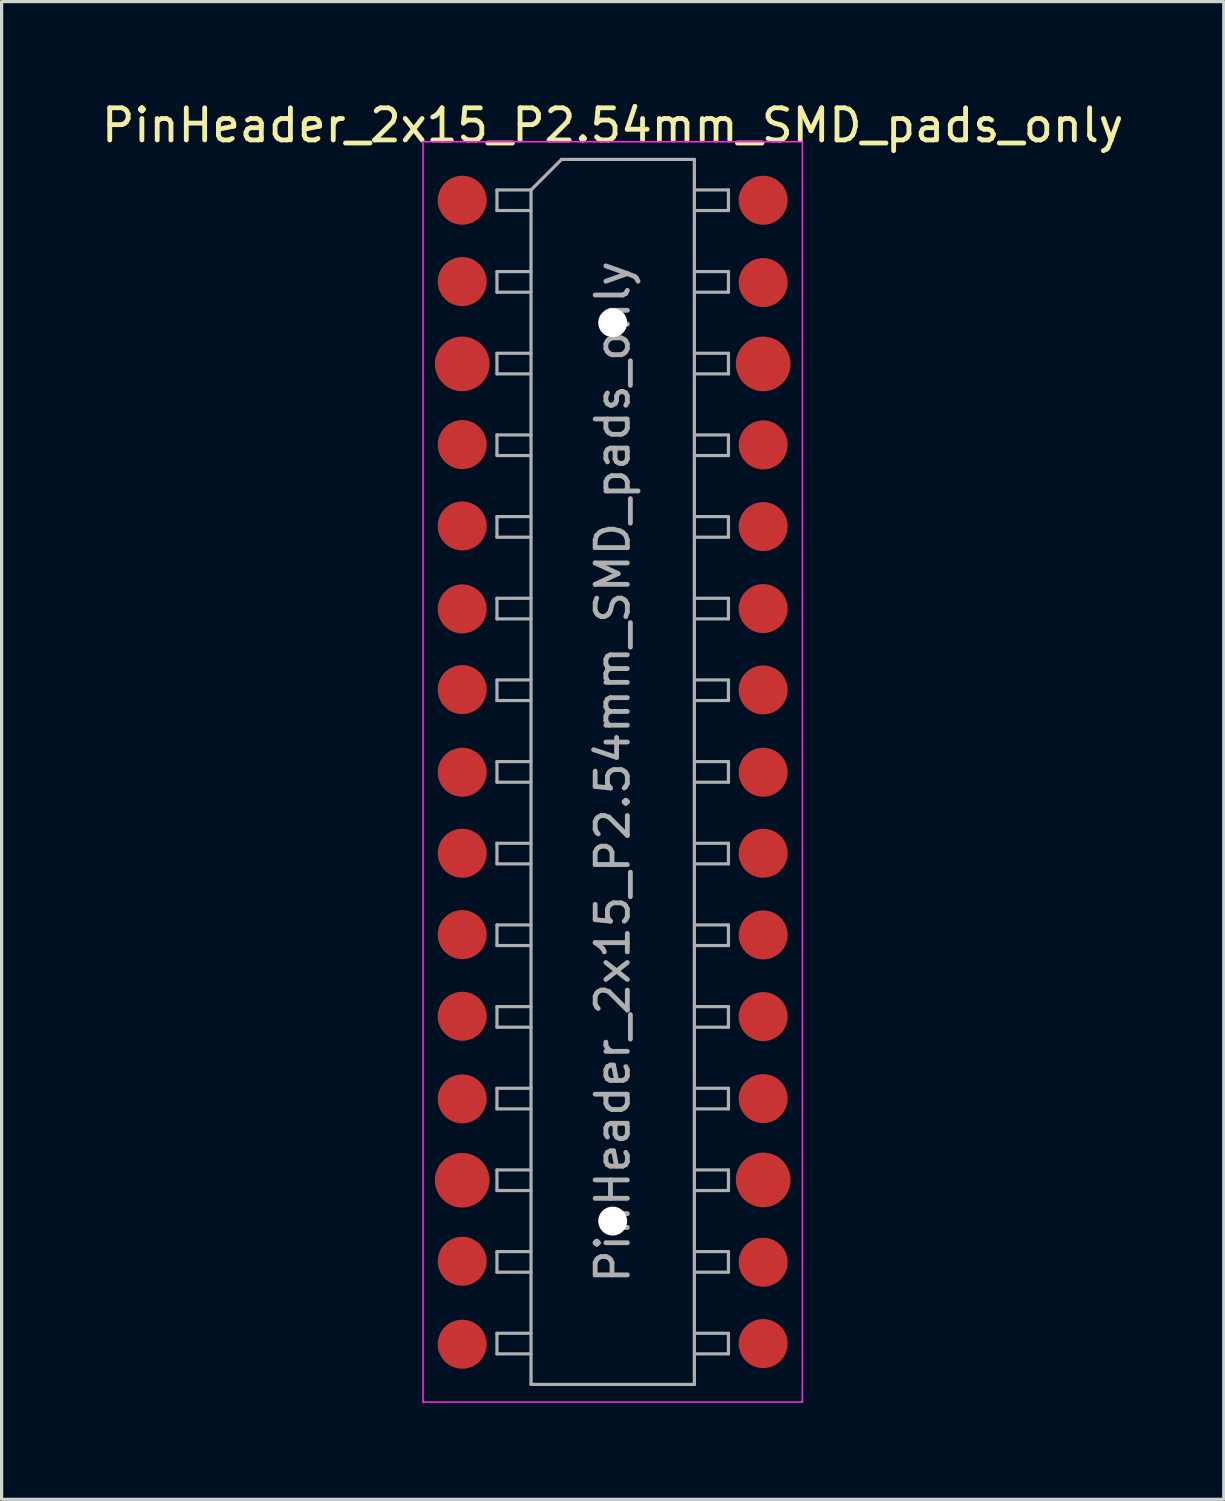
<source format=kicad_pcb>
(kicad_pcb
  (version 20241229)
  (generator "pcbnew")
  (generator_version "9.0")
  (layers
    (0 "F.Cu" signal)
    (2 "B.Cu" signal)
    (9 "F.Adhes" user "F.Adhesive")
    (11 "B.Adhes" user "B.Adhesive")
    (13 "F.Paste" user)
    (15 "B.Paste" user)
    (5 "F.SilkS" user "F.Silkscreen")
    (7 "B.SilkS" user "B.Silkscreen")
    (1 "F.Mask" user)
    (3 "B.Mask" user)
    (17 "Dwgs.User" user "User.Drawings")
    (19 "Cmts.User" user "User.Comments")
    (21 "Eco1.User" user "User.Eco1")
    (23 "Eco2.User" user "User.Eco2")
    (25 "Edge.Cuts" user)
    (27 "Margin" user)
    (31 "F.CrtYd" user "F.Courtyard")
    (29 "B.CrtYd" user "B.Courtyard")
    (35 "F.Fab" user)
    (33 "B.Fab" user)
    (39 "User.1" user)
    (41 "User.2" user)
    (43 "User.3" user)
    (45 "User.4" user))
  (footprint "PinHeader_2x15_P2.54mm_SMD_pads_only"
    (layer "F.Cu")
    (at 16.006 20.958)
    (property "Reference" "PinHeader_2x15_P2.54mm_SMD_pads_only" (at 0 -20.11 0) (layer "F.SilkS") (effects (font (size 1 1) (thickness 0.15))))
    (attr smd)
    (fp_line (start -5.9 -19.6) (end -5.9 19.6) (stroke (width 0.05) (type solid)) (layer "F.CrtYd"))
    (fp_line (start -5.9 19.6) (end 5.9 19.6) (stroke (width 0.05) (type solid)) (layer "F.CrtYd"))
    (fp_line (start 5.9 -19.6) (end -5.9 -19.6) (stroke (width 0.05) (type solid)) (layer "F.CrtYd"))
    (fp_line (start 5.9 19.6) (end 5.9 -19.6) (stroke (width 0.05) (type solid)) (layer "F.CrtYd"))
    (fp_line (start -3.6 -18.1) (end -3.6 -17.46) (stroke (width 0.1) (type solid)) (layer "F.Fab"))
    (fp_line (start -3.6 -17.46) (end -2.54 -17.46) (stroke (width 0.1) (type solid)) (layer "F.Fab"))
    (fp_line (start -3.6 -15.56) (end -3.6 -14.92) (stroke (width 0.1) (type solid)) (layer "F.Fab"))
    (fp_line (start -3.6 -14.92) (end -2.54 -14.92) (stroke (width 0.1) (type solid)) (layer "F.Fab"))
    (fp_line (start -3.6 -13.02) (end -3.6 -12.38) (stroke (width 0.1) (type solid)) (layer "F.Fab"))
    (fp_line (start -3.6 -12.38) (end -2.54 -12.38) (stroke (width 0.1) (type solid)) (layer "F.Fab"))
    (fp_line (start -3.6 -10.48) (end -3.6 -9.84) (stroke (width 0.1) (type solid)) (layer "F.Fab"))
    (fp_line (start -3.6 -9.84) (end -2.54 -9.84) (stroke (width 0.1) (type solid)) (layer "F.Fab"))
    (fp_line (start -3.6 -7.94) (end -3.6 -7.3) (stroke (width 0.1) (type solid)) (layer "F.Fab"))
    (fp_line (start -3.6 -7.3) (end -2.54 -7.3) (stroke (width 0.1) (type solid)) (layer "F.Fab"))
    (fp_line (start -3.6 -5.4) (end -3.6 -4.76) (stroke (width 0.1) (type solid)) (layer "F.Fab"))
    (fp_line (start -3.6 -4.76) (end -2.54 -4.76) (stroke (width 0.1) (type solid)) (layer "F.Fab"))
    (fp_line (start -3.6 -2.86) (end -3.6 -2.22) (stroke (width 0.1) (type solid)) (layer "F.Fab"))
    (fp_line (start -3.6 -2.22) (end -2.54 -2.22) (stroke (width 0.1) (type solid)) (layer "F.Fab"))
    (fp_line (start -3.6 -0.32) (end -3.6 0.32) (stroke (width 0.1) (type solid)) (layer "F.Fab"))
    (fp_line (start -3.6 0.32) (end -2.54 0.32) (stroke (width 0.1) (type solid)) (layer "F.Fab"))
    (fp_line (start -3.6 2.22) (end -3.6 2.86) (stroke (width 0.1) (type solid)) (layer "F.Fab"))
    (fp_line (start -3.6 2.86) (end -2.54 2.86) (stroke (width 0.1) (type solid)) (layer "F.Fab"))
    (fp_line (start -3.6 4.76) (end -3.6 5.4) (stroke (width 0.1) (type solid)) (layer "F.Fab"))
    (fp_line (start -3.6 5.4) (end -2.54 5.4) (stroke (width 0.1) (type solid)) (layer "F.Fab"))
    (fp_line (start -3.6 7.3) (end -3.6 7.94) (stroke (width 0.1) (type solid)) (layer "F.Fab"))
    (fp_line (start -3.6 7.94) (end -2.54 7.94) (stroke (width 0.1) (type solid)) (layer "F.Fab"))
    (fp_line (start -3.6 9.84) (end -3.6 10.48) (stroke (width 0.1) (type solid)) (layer "F.Fab"))
    (fp_line (start -3.6 10.48) (end -2.54 10.48) (stroke (width 0.1) (type solid)) (layer "F.Fab"))
    (fp_line (start -3.6 12.38) (end -3.6 13.02) (stroke (width 0.1) (type solid)) (layer "F.Fab"))
    (fp_line (start -3.6 13.02) (end -2.54 13.02) (stroke (width 0.1) (type solid)) (layer "F.Fab"))
    (fp_line (start -3.6 14.92) (end -3.6 15.56) (stroke (width 0.1) (type solid)) (layer "F.Fab"))
    (fp_line (start -3.6 15.56) (end -2.54 15.56) (stroke (width 0.1) (type solid)) (layer "F.Fab"))
    (fp_line (start -3.6 17.46) (end -3.6 18.1) (stroke (width 0.1) (type solid)) (layer "F.Fab"))
    (fp_line (start -3.6 18.1) (end -2.54 18.1) (stroke (width 0.1) (type solid)) (layer "F.Fab"))
    (fp_line (start -2.54 -18.1) (end -3.6 -18.1) (stroke (width 0.1) (type solid)) (layer "F.Fab"))
    (fp_line (start -2.54 -18.1) (end -1.59 -19.05) (stroke (width 0.1) (type solid)) (layer "F.Fab"))
    (fp_line (start -2.54 -15.56) (end -3.6 -15.56) (stroke (width 0.1) (type solid)) (layer "F.Fab"))
    (fp_line (start -2.54 -13.02) (end -3.6 -13.02) (stroke (width 0.1) (type solid)) (layer "F.Fab"))
    (fp_line (start -2.54 -10.48) (end -3.6 -10.48) (stroke (width 0.1) (type solid)) (layer "F.Fab"))
    (fp_line (start -2.54 -7.94) (end -3.6 -7.94) (stroke (width 0.1) (type solid)) (layer "F.Fab"))
    (fp_line (start -2.54 -5.4) (end -3.6 -5.4) (stroke (width 0.1) (type solid)) (layer "F.Fab"))
    (fp_line (start -2.54 -2.86) (end -3.6 -2.86) (stroke (width 0.1) (type solid)) (layer "F.Fab"))
    (fp_line (start -2.54 -0.32) (end -3.6 -0.32) (stroke (width 0.1) (type solid)) (layer "F.Fab"))
    (fp_line (start -2.54 2.22) (end -3.6 2.22) (stroke (width 0.1) (type solid)) (layer "F.Fab"))
    (fp_line (start -2.54 4.76) (end -3.6 4.76) (stroke (width 0.1) (type solid)) (layer "F.Fab"))
    (fp_line (start -2.54 7.3) (end -3.6 7.3) (stroke (width 0.1) (type solid)) (layer "F.Fab"))
    (fp_line (start -2.54 9.84) (end -3.6 9.84) (stroke (width 0.1) (type solid)) (layer "F.Fab"))
    (fp_line (start -2.54 12.38) (end -3.6 12.38) (stroke (width 0.1) (type solid)) (layer "F.Fab"))
    (fp_line (start -2.54 14.92) (end -3.6 14.92) (stroke (width 0.1) (type solid)) (layer "F.Fab"))
    (fp_line (start -2.54 17.46) (end -3.6 17.46) (stroke (width 0.1) (type solid)) (layer "F.Fab"))
    (fp_line (start -2.54 19.05) (end -2.54 -18.1) (stroke (width 0.1) (type solid)) (layer "F.Fab"))
    (fp_line (start -1.59 -19.05) (end 2.54 -19.05) (stroke (width 0.1) (type solid)) (layer "F.Fab"))
    (fp_line (start 2.54 -19.05) (end 2.54 19.05) (stroke (width 0.1) (type solid)) (layer "F.Fab"))
    (fp_line (start 2.54 -18.1) (end 3.6 -18.1) (stroke (width 0.1) (type solid)) (layer "F.Fab"))
    (fp_line (start 2.54 -15.56) (end 3.6 -15.56) (stroke (width 0.1) (type solid)) (layer "F.Fab"))
    (fp_line (start 2.54 -13.02) (end 3.6 -13.02) (stroke (width 0.1) (type solid)) (layer "F.Fab"))
    (fp_line (start 2.54 -10.48) (end 3.6 -10.48) (stroke (width 0.1) (type solid)) (layer "F.Fab"))
    (fp_line (start 2.54 -7.94) (end 3.6 -7.94) (stroke (width 0.1) (type solid)) (layer "F.Fab"))
    (fp_line (start 2.54 -5.4) (end 3.6 -5.4) (stroke (width 0.1) (type solid)) (layer "F.Fab"))
    (fp_line (start 2.54 -2.86) (end 3.6 -2.86) (stroke (width 0.1) (type solid)) (layer "F.Fab"))
    (fp_line (start 2.54 -0.32) (end 3.6 -0.32) (stroke (width 0.1) (type solid)) (layer "F.Fab"))
    (fp_line (start 2.54 2.22) (end 3.6 2.22) (stroke (width 0.1) (type solid)) (layer "F.Fab"))
    (fp_line (start 2.54 4.76) (end 3.6 4.76) (stroke (width 0.1) (type solid)) (layer "F.Fab"))
    (fp_line (start 2.54 7.3) (end 3.6 7.3) (stroke (width 0.1) (type solid)) (layer "F.Fab"))
    (fp_line (start 2.54 9.84) (end 3.6 9.84) (stroke (width 0.1) (type solid)) (layer "F.Fab"))
    (fp_line (start 2.54 12.38) (end 3.6 12.38) (stroke (width 0.1) (type solid)) (layer "F.Fab"))
    (fp_line (start 2.54 14.92) (end 3.6 14.92) (stroke (width 0.1) (type solid)) (layer "F.Fab"))
    (fp_line (start 2.54 17.46) (end 3.6 17.46) (stroke (width 0.1) (type solid)) (layer "F.Fab"))
    (fp_line (start 2.54 19.05) (end -2.54 19.05) (stroke (width 0.1) (type solid)) (layer "F.Fab"))
    (fp_line (start 3.6 -18.1) (end 3.6 -17.46) (stroke (width 0.1) (type solid)) (layer "F.Fab"))
    (fp_line (start 3.6 -17.46) (end 2.54 -17.46) (stroke (width 0.1) (type solid)) (layer "F.Fab"))
    (fp_line (start 3.6 -15.56) (end 3.6 -14.92) (stroke (width 0.1) (type solid)) (layer "F.Fab"))
    (fp_line (start 3.6 -14.92) (end 2.54 -14.92) (stroke (width 0.1) (type solid)) (layer "F.Fab"))
    (fp_line (start 3.6 -13.02) (end 3.6 -12.38) (stroke (width 0.1) (type solid)) (layer "F.Fab"))
    (fp_line (start 3.6 -12.38) (end 2.54 -12.38) (stroke (width 0.1) (type solid)) (layer "F.Fab"))
    (fp_line (start 3.6 -10.48) (end 3.6 -9.84) (stroke (width 0.1) (type solid)) (layer "F.Fab"))
    (fp_line (start 3.6 -9.84) (end 2.54 -9.84) (stroke (width 0.1) (type solid)) (layer "F.Fab"))
    (fp_line (start 3.6 -7.94) (end 3.6 -7.3) (stroke (width 0.1) (type solid)) (layer "F.Fab"))
    (fp_line (start 3.6 -7.3) (end 2.54 -7.3) (stroke (width 0.1) (type solid)) (layer "F.Fab"))
    (fp_line (start 3.6 -5.4) (end 3.6 -4.76) (stroke (width 0.1) (type solid)) (layer "F.Fab"))
    (fp_line (start 3.6 -4.76) (end 2.54 -4.76) (stroke (width 0.1) (type solid)) (layer "F.Fab"))
    (fp_line (start 3.6 -2.86) (end 3.6 -2.22) (stroke (width 0.1) (type solid)) (layer "F.Fab"))
    (fp_line (start 3.6 -2.22) (end 2.54 -2.22) (stroke (width 0.1) (type solid)) (layer "F.Fab"))
    (fp_line (start 3.6 -0.32) (end 3.6 0.32) (stroke (width 0.1) (type solid)) (layer "F.Fab"))
    (fp_line (start 3.6 0.32) (end 2.54 0.32) (stroke (width 0.1) (type solid)) (layer "F.Fab"))
    (fp_line (start 3.6 2.22) (end 3.6 2.86) (stroke (width 0.1) (type solid)) (layer "F.Fab"))
    (fp_line (start 3.6 2.86) (end 2.54 2.86) (stroke (width 0.1) (type solid)) (layer "F.Fab"))
    (fp_line (start 3.6 4.76) (end 3.6 5.4) (stroke (width 0.1) (type solid)) (layer "F.Fab"))
    (fp_line (start 3.6 5.4) (end 2.54 5.4) (stroke (width 0.1) (type solid)) (layer "F.Fab"))
    (fp_line (start 3.6 7.3) (end 3.6 7.94) (stroke (width 0.1) (type solid)) (layer "F.Fab"))
    (fp_line (start 3.6 7.94) (end 2.54 7.94) (stroke (width 0.1) (type solid)) (layer "F.Fab"))
    (fp_line (start 3.6 9.84) (end 3.6 10.48) (stroke (width 0.1) (type solid)) (layer "F.Fab"))
    (fp_line (start 3.6 10.48) (end 2.54 10.48) (stroke (width 0.1) (type solid)) (layer "F.Fab"))
    (fp_line (start 3.6 12.38) (end 3.6 13.02) (stroke (width 0.1) (type solid)) (layer "F.Fab"))
    (fp_line (start 3.6 13.02) (end 2.54 13.02) (stroke (width 0.1) (type solid)) (layer "F.Fab"))
    (fp_line (start 3.6 14.92) (end 3.6 15.56) (stroke (width 0.1) (type solid)) (layer "F.Fab"))
    (fp_line (start 3.6 15.56) (end 2.54 15.56) (stroke (width 0.1) (type solid)) (layer "F.Fab"))
    (fp_line (start 3.6 17.46) (end 3.6 18.1) (stroke (width 0.1) (type solid)) (layer "F.Fab"))
    (fp_line (start 3.6 18.1) (end 2.54 18.1) (stroke (width 0.1) (type solid)) (layer "F.Fab"))
    (fp_text user "${REFERENCE}" (at 0 0 90) (layer "F.Fab") (effects (font (size 1 1) (thickness 0.15))))
    (pad "" np_thru_hole circle (at 0 -13.97) (size 0.9 0.9) (drill 0.9) (layers "*.Cu" "*.Mask"))
    (pad "" np_thru_hole circle (at 0 13.97) (size 0.9 0.9) (drill 0.9) (layers "*.Cu" "*.Mask"))
    (pad "1" smd circle (at -4.68 -17.78) (size 1.524 1.524) (layers "F.Cu" "F.Mask" "F.Paste"))
    (pad "2" smd circle (at 4.68 -17.78) (size 1.524 1.524) (layers "F.Cu" "F.Mask" "F.Paste"))
    (pad "3" smd circle (at -4.68 -15.25) (size 1.524 1.524) (layers "F.Cu" "F.Mask" "F.Paste"))
    (pad "4" smd circle (at 4.68 -15.22) (size 1.524 1.524) (layers "F.Cu" "F.Mask" "F.Paste"))
    (pad "5" smd circle (at -4.68 -12.69) (size 1.7 1.7) (layers "F.Cu" "F.Mask" "F.Paste"))
    (pad "6" smd circle (at 4.68 -12.69) (size 1.7 1.7) (layers "F.Cu" "F.Mask" "F.Paste"))
    (pad "7" smd circle (at -4.68 -10.18) (size 1.524 1.524) (layers "F.Cu" "F.Mask" "F.Paste"))
    (pad "8" smd circle (at 4.68 -10.17) (size 1.524 1.524) (layers "F.Cu" "F.Mask" "F.Paste"))
    (pad "9" smd circle (at -4.68 -7.65) (size 1.524 1.524) (layers "F.Cu" "F.Mask" "F.Paste"))
    (pad "10" smd circle (at 4.68 -7.63) (size 1.524 1.524) (layers "F.Cu" "F.Mask" "F.Paste"))
    (pad "11" smd circle (at -4.68 -5.07) (size 1.524 1.524) (layers "F.Cu" "F.Mask" "F.Paste"))
    (pad "12" smd circle (at 4.68 -5.08) (size 1.524 1.524) (layers "F.Cu" "F.Mask" "F.Paste"))
    (pad "13" smd circle (at -4.68 -2.56) (size 1.524 1.524) (layers "F.Cu" "F.Mask" "F.Paste"))
    (pad "14" smd circle (at 4.68 -2.55) (size 1.524 1.524) (layers "F.Cu" "F.Mask" "F.Paste"))
    (pad "15" smd circle (at -4.68 0.01) (size 1.524 1.524) (layers "F.Cu" "F.Mask" "F.Paste"))
    (pad "16" smd circle (at 4.68 0.01) (size 1.524 1.524) (layers "F.Cu" "F.Mask" "F.Paste"))
    (pad "17" smd circle (at -4.68 2.53) (size 1.524 1.524) (layers "F.Cu" "F.Mask" "F.Paste"))
    (pad "18" smd circle (at 4.68 2.53) (size 1.524 1.524) (layers "F.Cu" "F.Mask" "F.Paste"))
    (pad "19" smd circle (at -4.68 5.06) (size 1.524 1.524) (layers "F.Cu" "F.Mask" "F.Paste"))
    (pad "20" smd circle (at 4.68 5.07) (size 1.524 1.524) (layers "F.Cu" "F.Mask" "F.Paste"))
    (pad "21" smd circle (at -4.68 7.6) (size 1.524 1.524) (layers "F.Cu" "F.Mask" "F.Paste"))
    (pad "22" smd circle (at 4.68 7.61) (size 1.524 1.524) (layers "F.Cu" "F.Mask" "F.Paste"))
    (pad "23" smd circle (at -4.68 10.17) (size 1.524 1.524) (layers "F.Cu" "F.Mask" "F.Paste"))
    (pad "24" smd circle (at 4.68 10.16 90) (size 1.524 1.524) (layers "F.Cu" "F.Mask" "F.Paste"))
    (pad "25" smd circle (at -4.68 12.7) (size 1.7 1.7) (layers "F.Cu" "F.Mask" "F.Paste"))
    (pad "26" smd circle (at 4.68 12.69) (size 1.7 1.7) (layers "F.Cu" "F.Mask" "F.Paste"))
    (pad "27" smd circle (at -4.68 15.22) (size 1.524 1.524) (layers "F.Cu" "F.Mask" "F.Paste"))
    (pad "28" smd circle (at 4.68 15.25) (size 1.524 1.524) (layers "F.Cu" "F.Mask" "F.Paste"))
    (pad "29" smd circle (at -4.68 17.8) (size 1.524 1.524) (layers "F.Cu" "F.Mask" "F.Paste"))
    (pad "30" smd circle (at 4.68 17.78) (size 1.524 1.524) (layers "F.Cu" "F.Mask" "F.Paste")))
  (gr_rect
    (start -3 -3)
    (end 35.012 43.583)
    (stroke (width 0.1) (type default))
    (fill no)
    (layer "Edge.Cuts")))
</source>
